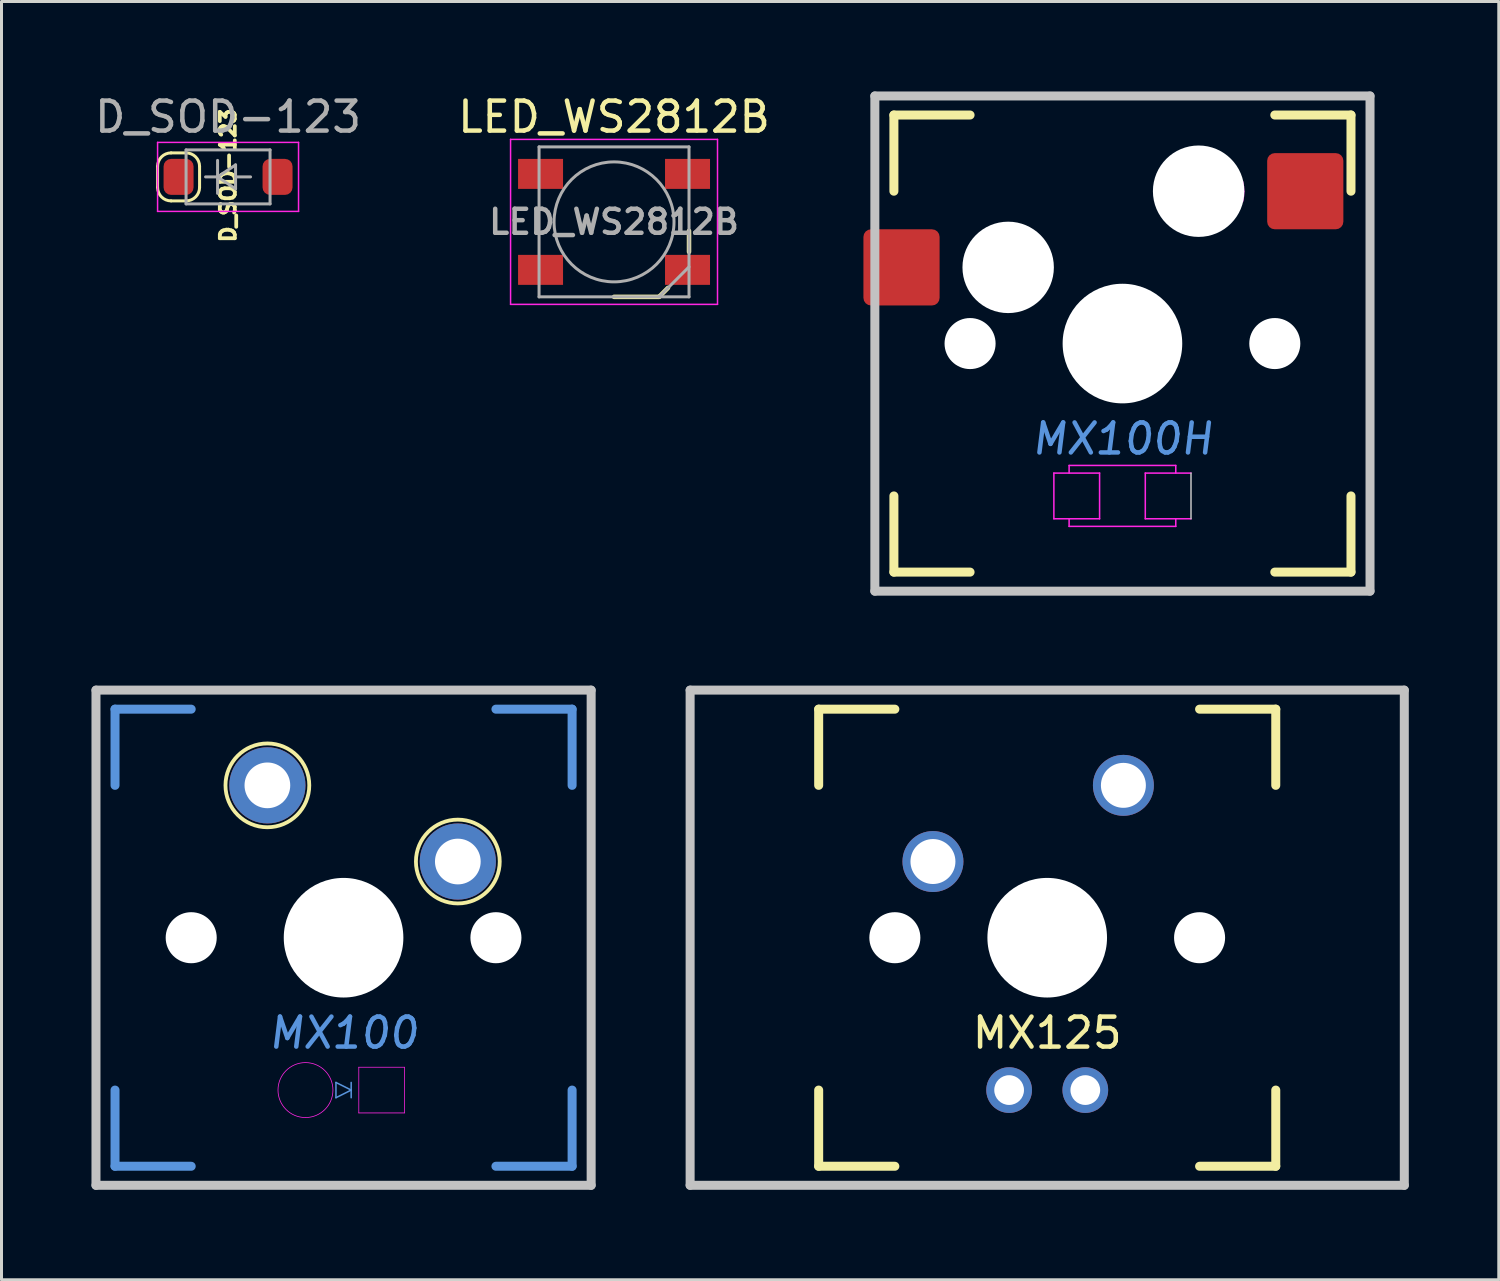
<source format=kicad_pcb>
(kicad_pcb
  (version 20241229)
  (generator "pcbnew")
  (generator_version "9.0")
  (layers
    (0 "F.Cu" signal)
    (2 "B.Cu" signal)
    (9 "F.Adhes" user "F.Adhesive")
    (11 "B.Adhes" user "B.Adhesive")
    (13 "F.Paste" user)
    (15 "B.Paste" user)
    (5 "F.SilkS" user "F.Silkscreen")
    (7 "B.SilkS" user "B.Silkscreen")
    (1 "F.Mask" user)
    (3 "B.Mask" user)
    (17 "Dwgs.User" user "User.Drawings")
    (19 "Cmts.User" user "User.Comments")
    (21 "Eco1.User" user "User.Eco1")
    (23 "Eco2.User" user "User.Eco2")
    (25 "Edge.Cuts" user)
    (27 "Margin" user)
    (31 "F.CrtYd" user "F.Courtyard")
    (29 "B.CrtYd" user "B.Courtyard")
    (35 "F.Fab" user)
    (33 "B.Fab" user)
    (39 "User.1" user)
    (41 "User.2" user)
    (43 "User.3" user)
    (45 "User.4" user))
  (footprint "MX100H"
    (layer "F.Cu")
    (at 34.374 8.405)
    (property "Reference" "MX100H" (at 0 3.175 0) (layer "Cmts.User") (effects (font (size 1 1) (thickness 0.15) (italic yes))))
    (attr through_hole)
    (fp_line (start -7.62 -7.62) (end -7.62 -5.08) (stroke (width 0.3) (type solid)) (layer "F.SilkS"))
    (fp_line (start -7.62 -7.62) (end -5.08 -7.62) (stroke (width 0.3) (type solid)) (layer "F.SilkS"))
    (fp_line (start -7.62 7.62) (end -7.62 5.08) (stroke (width 0.3) (type solid)) (layer "F.SilkS"))
    (fp_line (start -7.62 7.62) (end -5.08 7.62) (stroke (width 0.3) (type solid)) (layer "F.SilkS"))
    (fp_line (start 7.62 -7.62) (end 5.08 -7.62) (stroke (width 0.3) (type solid)) (layer "F.SilkS"))
    (fp_line (start 7.62 -7.62) (end 7.62 -5.08) (stroke (width 0.3) (type solid)) (layer "F.SilkS"))
    (fp_line (start 7.62 7.62) (end 5.08 7.62) (stroke (width 0.3) (type solid)) (layer "F.SilkS"))
    (fp_line (start 7.62 7.62) (end 7.62 5.08) (stroke (width 0.3) (type solid)) (layer "F.SilkS"))
    (fp_line (start -8.255 -8.255) (end 8.255 -8.255) (stroke (width 0.3) (type solid)) (layer "Dwgs.User"))
    (fp_line (start -8.255 8.255) (end -8.255 -8.255) (stroke (width 0.3) (type solid)) (layer "Dwgs.User"))
    (fp_line (start 2.286 4.318) (end 2.286 5.842) (stroke (width 0.051) (type solid)) (layer "Dwgs.User"))
    (fp_line (start 8.255 -8.255) (end 8.255 8.255) (stroke (width 0.3) (type solid)) (layer "Dwgs.User"))
    (fp_line (start 8.255 8.255) (end -8.255 8.255) (stroke (width 0.3) (type solid)) (layer "Dwgs.User"))
    (fp_line (start -5.201 -2.607) (end -5.191 -2.779) (stroke (width 0.025) (type solid)) (layer "F.CrtYd"))
    (fp_line (start -5.191 -2.429) (end -5.201 -2.607) (stroke (width 0.025) (type solid)) (layer "F.CrtYd"))
    (fp_line (start -2.286 4.318) (end -2.286 5.842) (stroke (width 0.051) (type solid)) (layer "F.CrtYd"))
    (fp_line (start -2.286 5.842) (end -0.762 5.842) (stroke (width 0.051) (type solid)) (layer "F.CrtYd"))
    (fp_line (start -1.778 4.064) (end -1.778 4.318) (stroke (width 0.051) (type solid)) (layer "F.CrtYd"))
    (fp_line (start -1.778 6.096) (end -1.778 5.842) (stroke (width 0.051) (type solid)) (layer "F.CrtYd"))
    (fp_line (start -1.778 6.096) (end 1.778 6.096) (stroke (width 0.051) (type solid)) (layer "F.CrtYd"))
    (fp_line (start -0.762 4.318) (end -2.286 4.318) (stroke (width 0.051) (type solid)) (layer "F.CrtYd"))
    (fp_line (start -0.762 5.842) (end -0.762 4.318) (stroke (width 0.051) (type solid)) (layer "F.CrtYd"))
    (fp_line (start 0.762 4.318) (end 2.286 4.318) (stroke (width 0.051) (type solid)) (layer "F.CrtYd"))
    (fp_line (start 0.762 5.842) (end 0.762 4.318) (stroke (width 0.051) (type solid)) (layer "F.CrtYd"))
    (fp_line (start 1.085 -5.063) (end 1.096 -5.24) (stroke (width 0.025) (type solid)) (layer "F.CrtYd"))
    (fp_line (start 1.096 -4.891) (end 1.085 -5.063) (stroke (width 0.025) (type solid)) (layer "F.CrtYd"))
    (fp_line (start 1.778 4.064) (end -1.778 4.064) (stroke (width 0.051) (type solid)) (layer "F.CrtYd"))
    (fp_line (start 1.778 4.318) (end 1.778 4.064) (stroke (width 0.051) (type solid)) (layer "F.CrtYd"))
    (fp_line (start 1.778 6.096) (end 1.778 5.842) (stroke (width 0.051) (type solid)) (layer "F.CrtYd"))
    (fp_line (start 2.286 5.842) (end 0.762 5.842) (stroke (width 0.051) (type solid)) (layer "F.CrtYd"))
    (fp_line (start 4.013 -5.412) (end 4.045 -5.24) (stroke (width 0.025) (type solid)) (layer "F.CrtYd"))
    (fp_line (start 4.045 -5.24) (end 4.055 -5.063) (stroke (width 0.025) (type solid)) (layer "F.CrtYd"))
    (fp_line (start 4.045 -4.891) (end 4.013 -4.718) (stroke (width 0.025) (type solid)) (layer "F.CrtYd"))
    (fp_line (start 4.055 -5.063) (end 4.045 -4.891) (stroke (width 0.025) (type solid)) (layer "F.CrtYd"))
    (pad "" np_thru_hole circle (at -5.08 0) (size 1.702 1.702) (drill 1.702) (layers "*.Cu" "*.Mask"))
    (pad "" np_thru_hole circle (at -3.81 -2.54) (size 3.048 3.048) (drill 3.048) (layers "*.Cu" "*.Mask"))
    (pad "" np_thru_hole circle (at 0 0) (size 3.988 3.988) (drill 3.988) (layers "*.Cu" "*.Mask"))
    (pad "" np_thru_hole circle (at 2.54 -5.08) (size 3.048 3.048) (drill 3.048) (layers "*.Cu" "*.Mask"))
    (pad "" np_thru_hole circle (at 5.08 0) (size 1.702 1.702) (drill 1.702) (layers "*.Cu" "*.Mask"))
    (pad "1" smd roundrect (at 6.096 -5.08) (size 2.54 2.54) (layers "F.Cu" "F.Mask" "F.Paste") (roundrect_rratio 0.1))
    (pad "2" smd roundrect (at -7.366 -2.54) (size 2.54 2.54) (layers "F.Cu" "F.Mask" "F.Paste") (roundrect_rratio 0.1)))
  (footprint "D_SOD-123"
    (layer "F.Cu")
    (at 4.554 2.848)
    (property "Reference" "D_SOD-123" (at 0 -0.05 90) (layer "F.SilkS") (effects (font (size 0.5 0.5) (thickness 0.125))))
    (attr smd)
    (fp_line (start -2.35 -0.35) (end -2.35 0.35) (stroke (width 0.1) (type solid)) (layer "F.SilkS"))
    (fp_line (start -1.9 -0.8) (end -1.4 -0.8) (stroke (width 0.1) (type solid)) (layer "F.SilkS"))
    (fp_line (start -1.9 0.8) (end -1.4 0.8) (stroke (width 0.1) (type solid)) (layer "F.SilkS"))
    (fp_line (start -0.95 -0.35) (end -0.95 0.35) (stroke (width 0.1) (type solid)) (layer "F.SilkS"))
    (fp_arc (start -2.349953 -0.349993) (mid -2.218154 -0.668185) (end -1.899962 -0.799984) (stroke (width 0.1) (type solid)) (layer "F.SilkS"))
    (fp_arc (start -1.899962 0.799984) (mid -2.218154 0.668185) (end -2.349953 0.349993) (stroke (width 0.1) (type solid)) (layer "F.SilkS"))
    (fp_arc (start -1.399972 -0.799984) (mid -1.08178 -0.668185) (end -0.949981 -0.349993) (stroke (width 0.1) (type solid)) (layer "F.SilkS"))
    (fp_arc (start -0.949981 0.349993) (mid -1.08178 0.668185) (end -1.399972 0.799984) (stroke (width 0.1) (type solid)) (layer "F.SilkS"))
    (fp_line (start -2.35 -1.15) (end -2.35 1.15) (stroke (width 0.05) (type solid)) (layer "F.CrtYd"))
    (fp_line (start -2.35 -1.15) (end 2.35 -1.15) (stroke (width 0.05) (type solid)) (layer "F.CrtYd"))
    (fp_line (start 2.35 -1.15) (end 2.35 1.15) (stroke (width 0.05) (type solid)) (layer "F.CrtYd"))
    (fp_line (start 2.35 1.15) (end -2.35 1.15) (stroke (width 0.05) (type solid)) (layer "F.CrtYd"))
    (fp_line (start -1.4 -0.9) (end 1.4 -0.9) (stroke (width 0.1) (type solid)) (layer "F.Fab"))
    (fp_line (start -1.4 0.9) (end -1.4 -0.9) (stroke (width 0.1) (type solid)) (layer "F.Fab"))
    (fp_line (start -0.75 0) (end -0.35 0) (stroke (width 0.1) (type solid)) (layer "F.Fab"))
    (fp_line (start -0.35 0) (end -0.35 -0.55) (stroke (width 0.1) (type solid)) (layer "F.Fab"))
    (fp_line (start -0.35 0) (end -0.35 0.55) (stroke (width 0.1) (type solid)) (layer "F.Fab"))
    (fp_line (start -0.35 0) (end 0.25 -0.4) (stroke (width 0.1) (type solid)) (layer "F.Fab"))
    (fp_line (start 0.25 -0.4) (end 0.25 0.4) (stroke (width 0.1) (type solid)) (layer "F.Fab"))
    (fp_line (start 0.25 0) (end 0.75 0) (stroke (width 0.1) (type solid)) (layer "F.Fab"))
    (fp_line (start 0.25 0.4) (end -0.35 0) (stroke (width 0.1) (type solid)) (layer "F.Fab"))
    (fp_line (start 1.4 -0.9) (end 1.4 0.9) (stroke (width 0.1) (type solid)) (layer "F.Fab"))
    (fp_line (start 1.4 0.9) (end -1.4 0.9) (stroke (width 0.1) (type solid)) (layer "F.Fab"))
    (fp_text user "${REFERENCE}" (at 0 -2 0) (layer "F.Fab") (effects (font (size 1 1) (thickness 0.15))))
    (pad "1" smd roundrect (at -1.65 0) (size 1 1.2) (layers "F.Cu" "F.Mask" "F.Paste") (roundrect_rratio 0.25))
    (pad "2" smd roundrect (at 1.65 0) (size 1 1.2) (layers "F.Cu" "F.Mask" "F.Paste") (roundrect_rratio 0.25)))
  (footprint "LED_WS2812B"
    (layer "F.Cu")
    (at 17.423 4.348)
    (property "Reference" "LED_WS2812B" (at 0 -3.5 0) (layer "F.SilkS") (effects (font (size 1 1) (thickness 0.15))))
    (attr smd)
    (fp_line (start 0 2.5) (end 1.5 2.5) (stroke (width 0.15) (type solid)) (layer "F.SilkS"))
    (fp_line (start 1.5 2.5) (end 1.8 2.2) (stroke (width 0.15) (type solid)) (layer "F.SilkS"))
    (fp_line (start 2.5 0.3) (end 2.5 1) (stroke (width 0.15) (type solid)) (layer "F.SilkS"))
    (fp_line (start -3.45 -2.75) (end -3.45 2.75) (stroke (width 0.05) (type solid)) (layer "F.CrtYd"))
    (fp_line (start -3.45 2.75) (end 3.45 2.75) (stroke (width 0.05) (type solid)) (layer "F.CrtYd"))
    (fp_line (start 3.45 -2.75) (end -3.45 -2.75) (stroke (width 0.05) (type solid)) (layer "F.CrtYd"))
    (fp_line (start 3.45 2.75) (end 3.45 -2.75) (stroke (width 0.05) (type solid)) (layer "F.CrtYd"))
    (fp_line (start -2.5 -2.5) (end -2.5 2.5) (stroke (width 0.1) (type solid)) (layer "F.Fab"))
    (fp_line (start -2.5 2.5) (end 2.5 2.5) (stroke (width 0.1) (type solid)) (layer "F.Fab"))
    (fp_line (start 2.5 -2.5) (end -2.5 -2.5) (stroke (width 0.1) (type solid)) (layer "F.Fab"))
    (fp_line (start 2.5 1.5) (end 1.5 2.5) (stroke (width 0.1) (type solid)) (layer "F.Fab"))
    (fp_line (start 2.5 2.5) (end 2.5 -2.5) (stroke (width 0.1) (type solid)) (layer "F.Fab"))
    (fp_circle (center 0 0) (end 0 -2) (stroke (width 0.1) (type solid)) (fill no) (layer "F.Fab"))
    (fp_text user "${REFERENCE}" (at 0 0 0) (layer "F.Fab") (effects (font (size 0.8 0.8) (thickness 0.15))))
    (pad "1" smd rect (at -2.45 -1.6) (size 1.5 1) (layers "F.Cu" "F.Mask" "F.Paste"))
    (pad "2" smd rect (at -2.45 1.6) (size 1.5 1) (layers "F.Cu" "F.Mask" "F.Paste"))
    (pad "3" smd rect (at 2.45 1.6) (size 1.5 1) (layers "F.Cu" "F.Mask" "F.Paste"))
    (pad "4" smd rect (at 2.45 -1.6) (size 1.5 1) (layers "F.Cu" "F.Mask" "F.Paste")))
  (footprint "MX125"
    (layer "F.Cu")
    (at 31.866 28.215)
    (property "Reference" "MX125" (at 0 3.175 0) (layer "F.SilkS") (effects (font (size 1 1) (thickness 0.15))))
    (attr through_hole)
    (fp_line (start -7.62 -7.62) (end -7.62 -5.08) (stroke (width 0.3) (type solid)) (layer "F.SilkS"))
    (fp_line (start -7.62 -7.62) (end -5.08 -7.62) (stroke (width 0.3) (type solid)) (layer "F.SilkS"))
    (fp_line (start -7.62 7.62) (end -7.62 5.08) (stroke (width 0.3) (type solid)) (layer "F.SilkS"))
    (fp_line (start -7.62 7.62) (end -5.08 7.62) (stroke (width 0.3) (type solid)) (layer "F.SilkS"))
    (fp_line (start 7.62 -7.62) (end 5.08 -7.62) (stroke (width 0.3) (type solid)) (layer "F.SilkS"))
    (fp_line (start 7.62 -7.62) (end 7.62 -5.08) (stroke (width 0.3) (type solid)) (layer "F.SilkS"))
    (fp_line (start 7.62 7.62) (end 5.08 7.62) (stroke (width 0.3) (type solid)) (layer "F.SilkS"))
    (fp_line (start 7.62 7.62) (end 7.62 5.08) (stroke (width 0.3) (type solid)) (layer "F.SilkS"))
    (fp_line (start -11.906 -8.255) (end -11.906 8.255) (stroke (width 0.3) (type solid)) (layer "Dwgs.User"))
    (fp_line (start -11.906 -8.255) (end 11.906 -8.255) (stroke (width 0.3) (type solid)) (layer "Dwgs.User"))
    (fp_line (start -11.906 8.255) (end 11.906 8.255) (stroke (width 0.3) (type solid)) (layer "Dwgs.User"))
    (fp_line (start 11.906 -8.255) (end 11.906 8.255) (stroke (width 0.3) (type solid)) (layer "Dwgs.User"))
    (pad "" np_thru_hole circle (at -5.08 0) (size 1.702 1.702) (drill 1.702) (layers "*.Cu" "*.Mask"))
    (pad "" thru_hole circle (at -3.81 -2.54) (size 2.032 2.032) (drill 1.499) (layers "*.Cu" "*.Mask"))
    (pad "" thru_hole circle (at -1.27 5.08) (size 1.524 1.524) (drill 0.991) (layers "*.Cu" "*.Mask"))
    (pad "" np_thru_hole circle (at 0 0) (size 3.988 3.988) (drill 3.988) (layers "*.Cu" "*.Mask"))
    (pad "" thru_hole circle (at 1.27 5.08) (size 1.524 1.524) (drill 0.991) (layers "*.Cu" "*.Mask"))
    (pad "" np_thru_hole circle (at 5.08 0) (size 1.702 1.702) (drill 1.702) (layers "*.Cu" "*.Mask"))
    (pad "1" thru_hole circle (at 2.54 -5.08) (size 2.032 2.032) (drill 1.499) (layers "*.Cu" "*.Mask")))
  (footprint "MX100"
    (layer "F.Cu")
    (at 8.405 28.215)
    (property "Reference" "MX100" (at 0 3.175 0) (layer "Cmts.User") (effects (font (size 1 1) (thickness 0.15) (italic yes))))
    (attr through_hole)
    (fp_circle (center -2.54 -5.08) (end -1.143 -5.08) (stroke (width 0.127) (type solid)) (fill no) (layer "F.SilkS"))
    (fp_circle (center 3.81 -2.54) (end 5.207 -2.54) (stroke (width 0.127) (type solid)) (fill no) (layer "F.SilkS"))
    (fp_line (start -8.255 -8.255) (end 8.255 -8.255) (stroke (width 0.3) (type solid)) (layer "Dwgs.User"))
    (fp_line (start -8.255 8.255) (end -8.255 -8.255) (stroke (width 0.3) (type solid)) (layer "Dwgs.User"))
    (fp_line (start 8.255 -8.255) (end 8.255 8.255) (stroke (width 0.3) (type solid)) (layer "Dwgs.User"))
    (fp_line (start 8.255 8.255) (end -8.255 8.255) (stroke (width 0.3) (type solid)) (layer "Dwgs.User"))
    (fp_line (start -7.62 -7.62) (end -7.62 -5.08) (stroke (width 0.3) (type solid)) (layer "Cmts.User"))
    (fp_line (start -7.62 -7.62) (end -5.08 -7.62) (stroke (width 0.3) (type solid)) (layer "Cmts.User"))
    (fp_line (start -7.62 7.62) (end -7.62 5.08) (stroke (width 0.3) (type solid)) (layer "Cmts.User"))
    (fp_line (start -7.62 7.62) (end -5.08 7.62) (stroke (width 0.3) (type solid)) (layer "Cmts.User"))
    (fp_line (start -0.254 4.826) (end -0.254 5.334) (stroke (width 0.051) (type solid)) (layer "Cmts.User"))
    (fp_line (start -0.254 5.334) (end 0.254 5.08) (stroke (width 0.051) (type solid)) (layer "Cmts.User"))
    (fp_line (start 0.254 4.826) (end 0.254 5.334) (stroke (width 0.051) (type solid)) (layer "Cmts.User"))
    (fp_line (start 0.254 5.08) (end -0.254 4.826) (stroke (width 0.051) (type solid)) (layer "Cmts.User"))
    (fp_line (start 7.62 -7.62) (end 5.08 -7.62) (stroke (width 0.3) (type solid)) (layer "Cmts.User"))
    (fp_line (start 7.62 -7.62) (end 7.62 -5.08) (stroke (width 0.3) (type solid)) (layer "Cmts.User"))
    (fp_line (start 7.62 7.62) (end 5.08 7.62) (stroke (width 0.3) (type solid)) (layer "Cmts.User"))
    (fp_line (start 7.62 7.62) (end 7.62 5.08) (stroke (width 0.3) (type solid)) (layer "Cmts.User"))
    (fp_line (start 0.508 4.318) (end 2.032 4.318) (stroke (width 0.025) (type solid)) (layer "F.CrtYd"))
    (fp_line (start 0.508 5.842) (end 0.508 4.318) (stroke (width 0.025) (type solid)) (layer "F.CrtYd"))
    (fp_line (start 2.032 4.318) (end 2.032 5.842) (stroke (width 0.025) (type solid)) (layer "F.CrtYd"))
    (fp_line (start 2.032 5.842) (end 0.508 5.842) (stroke (width 0.025) (type solid)) (layer "F.CrtYd"))
    (fp_circle (center -1.27 5.08) (end -0.354 5.08) (stroke (width 0.025) (type solid)) (fill no) (layer "F.CrtYd"))
    (pad "" np_thru_hole circle (at -5.08 0) (size 1.702 1.702) (drill 1.702) (layers "*.Cu" "*.Mask"))
    (pad "" np_thru_hole circle (at 0 0) (size 3.988 3.988) (drill 3.988) (layers "*.Cu" "*.Mask"))
    (pad "" np_thru_hole circle (at 5.08 0) (size 1.702 1.702) (drill 1.702) (layers "*.Cu" "*.Mask"))
    (pad "1" thru_hole circle (at -2.54 -5.08) (size 2.54 2.54) (drill 1.524) (layers "*.Cu" "*.Mask"))
    (pad "2" thru_hole circle (at 3.81 -2.54) (size 2.54 2.54) (drill 1.524) (layers "*.Cu" "*.Mask")))
  (gr_rect
    (start -3 -3)
    (end 46.922 39.62)
    (stroke (width 0.1) (type default))
    (fill no)
    (layer "Edge.Cuts")))
</source>
